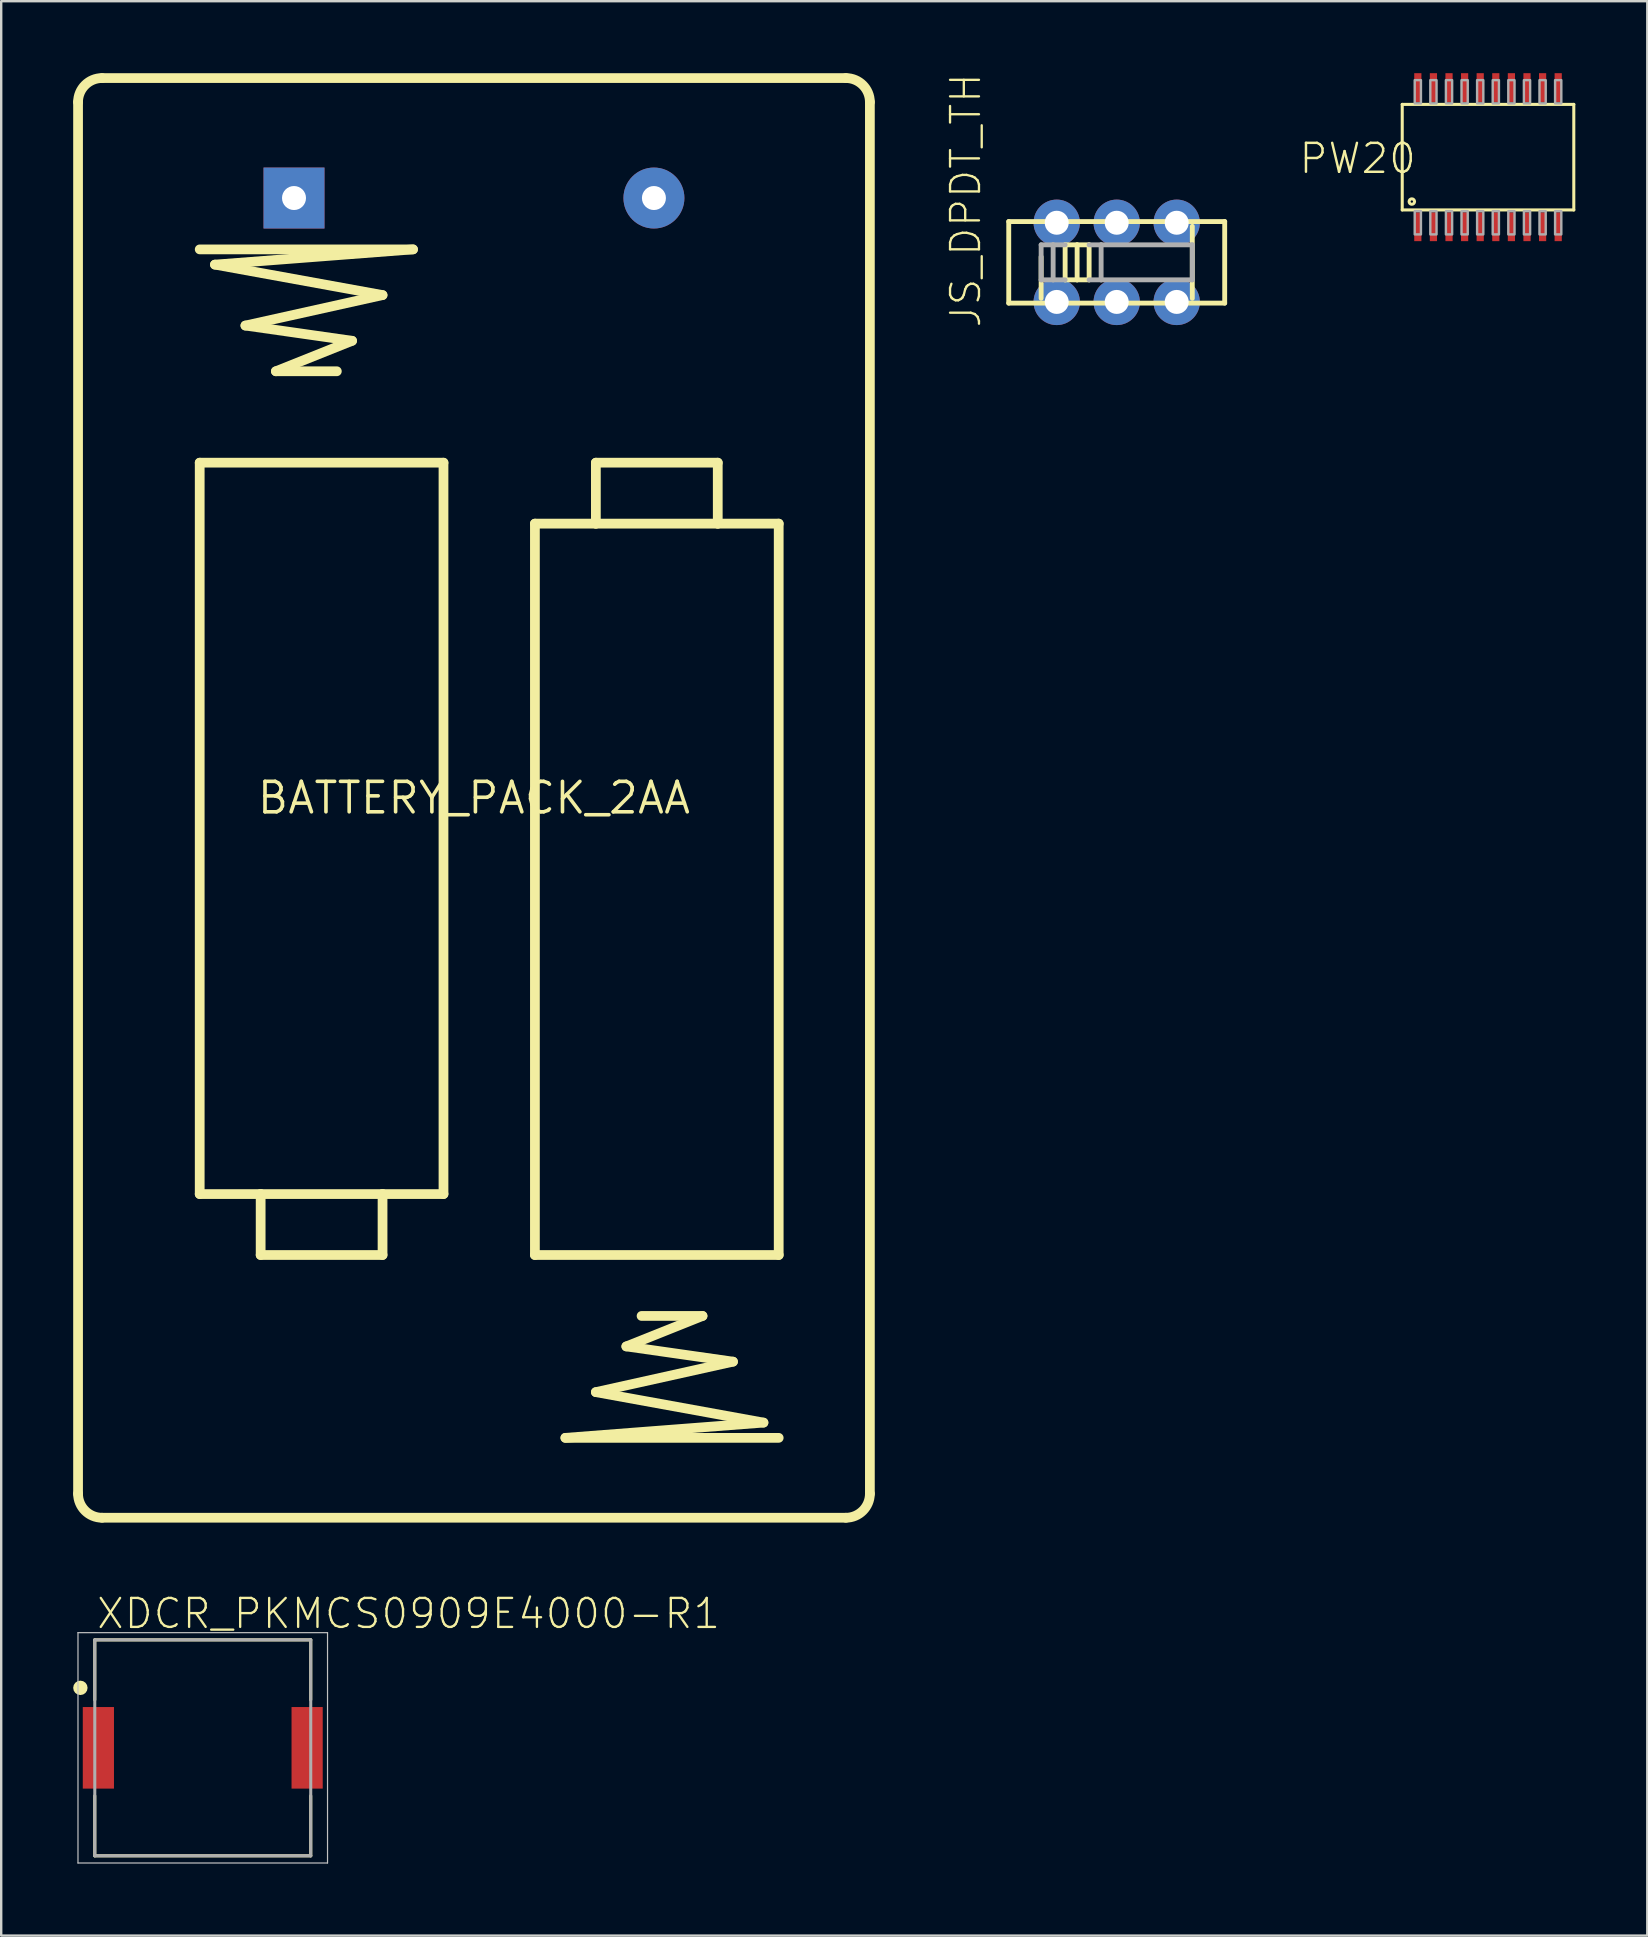
<source format=kicad_pcb>
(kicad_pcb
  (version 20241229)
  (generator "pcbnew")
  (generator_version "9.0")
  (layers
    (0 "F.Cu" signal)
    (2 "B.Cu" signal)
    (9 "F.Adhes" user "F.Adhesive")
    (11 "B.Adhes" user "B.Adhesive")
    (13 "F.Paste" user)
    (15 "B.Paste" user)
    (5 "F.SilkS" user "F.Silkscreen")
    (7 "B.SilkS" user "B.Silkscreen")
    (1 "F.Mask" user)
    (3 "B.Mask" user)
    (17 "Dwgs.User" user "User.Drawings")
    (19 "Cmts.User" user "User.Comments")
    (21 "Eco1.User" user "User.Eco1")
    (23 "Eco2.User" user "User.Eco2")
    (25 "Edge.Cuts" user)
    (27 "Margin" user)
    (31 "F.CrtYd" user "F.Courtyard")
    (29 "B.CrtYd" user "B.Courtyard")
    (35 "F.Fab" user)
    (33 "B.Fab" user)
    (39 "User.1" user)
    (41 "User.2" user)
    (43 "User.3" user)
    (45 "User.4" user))
  (footprint "JS_DPDT_TH"
    (layer "F.Cu")
    (at 43.49 7.883)
    (property "Reference" "JS_DPDT_TH" (at -5.588 2.794 270) (layer "F.SilkS") (effects (font (size 1.206 1.206) (thickness 0.097)) (justify left bottom)))
    (attr through_hole)
    (fp_line (start -4.5 -1.7) (end 4.5 -1.7) (stroke (width 0.203) (type solid)) (layer "F.SilkS"))
    (fp_line (start -4.5 1.7) (end -4.5 -1.7) (stroke (width 0.203) (type solid)) (layer "F.SilkS"))
    (fp_line (start -3.15 1.5) (end -3.15 -0.23) (stroke (width 0.203) (type solid)) (layer "F.SilkS"))
    (fp_line (start -2.15 -0.73) (end -1.65 -0.73) (stroke (width 0.203) (type solid)) (layer "F.SilkS"))
    (fp_line (start -2.15 0.73) (end -2.15 -0.73) (stroke (width 0.203) (type solid)) (layer "F.SilkS"))
    (fp_line (start -1.65 -0.73) (end -1.15 -0.73) (stroke (width 0.203) (type solid)) (layer "F.SilkS"))
    (fp_line (start -1.65 0.73) (end -2.15 0.73) (stroke (width 0.203) (type solid)) (layer "F.SilkS"))
    (fp_line (start -1.65 0.73) (end -1.65 -0.73) (stroke (width 0.203) (type solid)) (layer "F.SilkS"))
    (fp_line (start -1.15 0.73) (end -1.65 0.73) (stroke (width 0.203) (type solid)) (layer "F.SilkS"))
    (fp_line (start -1.15 0.73) (end -1.15 -0.73) (stroke (width 0.203) (type solid)) (layer "F.SilkS"))
    (fp_line (start 3.15 -1.5) (end 3.15 1.5) (stroke (width 0.203) (type solid)) (layer "F.SilkS"))
    (fp_line (start 4.5 -1.7) (end 4.5 1.7) (stroke (width 0.203) (type solid)) (layer "F.SilkS"))
    (fp_line (start 4.5 1.7) (end -4.5 1.7) (stroke (width 0.203) (type solid)) (layer "F.SilkS"))
    (fp_line (start -3.15 -0.73) (end -2.65 -0.73) (stroke (width 0.203) (type solid)) (layer "F.Fab"))
    (fp_line (start -3.15 0.73) (end -3.15 -0.73) (stroke (width 0.203) (type solid)) (layer "F.Fab"))
    (fp_line (start -2.65 -0.73) (end -2.15 -0.73) (stroke (width 0.203) (type solid)) (layer "F.Fab"))
    (fp_line (start -2.65 0.73) (end -3.15 0.73) (stroke (width 0.203) (type solid)) (layer "F.Fab"))
    (fp_line (start -2.65 0.73) (end -2.65 -0.73) (stroke (width 0.203) (type solid)) (layer "F.Fab"))
    (fp_line (start -2.15 0.73) (end -2.65 0.73) (stroke (width 0.203) (type solid)) (layer "F.Fab"))
    (fp_line (start -1.15 -0.73) (end -0.65 -0.73) (stroke (width 0.203) (type solid)) (layer "F.Fab"))
    (fp_line (start -0.65 -0.73) (end 3.15 -0.73) (stroke (width 0.203) (type solid)) (layer "F.Fab"))
    (fp_line (start -0.65 0.73) (end -1.15 0.73) (stroke (width 0.203) (type solid)) (layer "F.Fab"))
    (fp_line (start -0.65 0.73) (end -0.65 -0.73) (stroke (width 0.203) (type solid)) (layer "F.Fab"))
    (fp_line (start 3.15 -0.73) (end 3.15 0.73) (stroke (width 0.203) (type solid)) (layer "F.Fab"))
    (fp_line (start 3.15 0.73) (end -0.65 0.73) (stroke (width 0.203) (type solid)) (layer "F.Fab"))
    (pad "1" thru_hole circle (at -2.5 1.65) (size 1.93 1.93) (drill 1) (layers "*.Cu" "*.Mask"))
    (pad "2" thru_hole circle (at 0 1.65) (size 1.93 1.93) (drill 1) (layers "*.Cu" "*.Mask"))
    (pad "3" thru_hole circle (at 2.5 1.65) (size 1.93 1.93) (drill 1) (layers "*.Cu" "*.Mask"))
    (pad "4" thru_hole circle (at -2.5 -1.65) (size 1.93 1.93) (drill 1) (layers "*.Cu" "*.Mask"))
    (pad "5" thru_hole circle (at 0 -1.65) (size 1.93 1.93) (drill 1) (layers "*.Cu" "*.Mask"))
    (pad "6" thru_hole circle (at 2.5 -1.65) (size 1.93 1.93) (drill 1) (layers "*.Cu" "*.Mask")))
  (footprint "PW20"
    (layer "F.Cu")
    (at 58.964 3.5)
    (property "Reference" "PW20" (at -2.925 -0.65 0) (layer "F.SilkS") (effects (font (size 1.206 1.206) (thickness 0.102)) (justify right top)))
    (attr through_hole)
    (fp_line (start -3.575 -2.2) (end 3.575 -2.2) (stroke (width 0.127) (type solid)) (layer "F.SilkS"))
    (fp_line (start -3.575 2.2) (end -3.575 -2.2) (stroke (width 0.127) (type solid)) (layer "F.SilkS"))
    (fp_line (start 3.575 -2.2) (end 3.575 2.2) (stroke (width 0.127) (type solid)) (layer "F.SilkS"))
    (fp_line (start 3.575 2.2) (end -3.575 2.2) (stroke (width 0.127) (type solid)) (layer "F.SilkS"))
    (fp_circle (center -3.175 1.85) (end -3.125 1.85) (stroke (width 0.127) (type solid)) (fill no) (layer "F.SilkS"))
    (fp_poly (pts (xy -3.055 -2.24) (xy -2.795 -2.24) (xy -2.795 -3.21) (xy -3.055 -3.21)) (stroke (width 0.1) (type solid)) (fill no) (layer "F.Fab"))
    (fp_poly (pts (xy -3.055 3.22) (xy -2.795 3.22) (xy -2.795 2.25) (xy -3.055 2.25)) (stroke (width 0.1) (type solid)) (fill no) (layer "F.Fab"))
    (fp_poly (pts (xy -2.405 -2.24) (xy -2.145 -2.24) (xy -2.145 -3.21) (xy -2.405 -3.21)) (stroke (width 0.1) (type solid)) (fill no) (layer "F.Fab"))
    (fp_poly (pts (xy -2.405 3.22) (xy -2.145 3.22) (xy -2.145 2.25) (xy -2.405 2.25)) (stroke (width 0.1) (type solid)) (fill no) (layer "F.Fab"))
    (fp_poly (pts (xy -1.755 -2.24) (xy -1.495 -2.24) (xy -1.495 -3.21) (xy -1.755 -3.21)) (stroke (width 0.1) (type solid)) (fill no) (layer "F.Fab"))
    (fp_poly (pts (xy -1.755 3.22) (xy -1.495 3.22) (xy -1.495 2.25) (xy -1.755 2.25)) (stroke (width 0.1) (type solid)) (fill no) (layer "F.Fab"))
    (fp_poly (pts (xy -1.105 -2.24) (xy -0.845 -2.24) (xy -0.845 -3.21) (xy -1.105 -3.21)) (stroke (width 0.1) (type solid)) (fill no) (layer "F.Fab"))
    (fp_poly (pts (xy -1.105 3.22) (xy -0.845 3.22) (xy -0.845 2.25) (xy -1.105 2.25)) (stroke (width 0.1) (type solid)) (fill no) (layer "F.Fab"))
    (fp_poly (pts (xy -0.455 -2.24) (xy -0.195 -2.24) (xy -0.195 -3.21) (xy -0.455 -3.21)) (stroke (width 0.1) (type solid)) (fill no) (layer "F.Fab"))
    (fp_poly (pts (xy -0.455 3.22) (xy -0.195 3.22) (xy -0.195 2.25) (xy -0.455 2.25)) (stroke (width 0.1) (type solid)) (fill no) (layer "F.Fab"))
    (fp_poly (pts (xy 0.195 -2.24) (xy 0.455 -2.24) (xy 0.455 -3.21) (xy 0.195 -3.21)) (stroke (width 0.1) (type solid)) (fill no) (layer "F.Fab"))
    (fp_poly (pts (xy 0.195 3.22) (xy 0.455 3.22) (xy 0.455 2.25) (xy 0.195 2.25)) (stroke (width 0.1) (type solid)) (fill no) (layer "F.Fab"))
    (fp_poly (pts (xy 0.845 -2.24) (xy 1.105 -2.24) (xy 1.105 -3.21) (xy 0.845 -3.21)) (stroke (width 0.1) (type solid)) (fill no) (layer "F.Fab"))
    (fp_poly (pts (xy 0.845 3.22) (xy 1.105 3.22) (xy 1.105 2.25) (xy 0.845 2.25)) (stroke (width 0.1) (type solid)) (fill no) (layer "F.Fab"))
    (fp_poly (pts (xy 1.495 -2.24) (xy 1.755 -2.24) (xy 1.755 -3.21) (xy 1.495 -3.21)) (stroke (width 0.1) (type solid)) (fill no) (layer "F.Fab"))
    (fp_poly (pts (xy 1.495 3.22) (xy 1.755 3.22) (xy 1.755 2.25) (xy 1.495 2.25)) (stroke (width 0.1) (type solid)) (fill no) (layer "F.Fab"))
    (fp_poly (pts (xy 2.145 -2.24) (xy 2.405 -2.24) (xy 2.405 -3.21) (xy 2.145 -3.21)) (stroke (width 0.1) (type solid)) (fill no) (layer "F.Fab"))
    (fp_poly (pts (xy 2.145 3.22) (xy 2.405 3.22) (xy 2.405 2.25) (xy 2.145 2.25)) (stroke (width 0.1) (type solid)) (fill no) (layer "F.Fab"))
    (fp_poly (pts (xy 2.795 -2.24) (xy 3.055 -2.24) (xy 3.055 -3.21) (xy 2.795 -3.21)) (stroke (width 0.1) (type solid)) (fill no) (layer "F.Fab"))
    (fp_poly (pts (xy 2.795 3.22) (xy 3.055 3.22) (xy 3.055 2.25) (xy 2.795 2.25)) (stroke (width 0.1) (type solid)) (fill no) (layer "F.Fab"))
    (pad "1" smd rect (at -2.925 2.9) (size 0.3 1.2) (layers "F.Cu" "F.Mask" "F.Paste"))
    (pad "2" smd rect (at -2.275 2.9) (size 0.3 1.2) (layers "F.Cu" "F.Mask" "F.Paste"))
    (pad "3" smd rect (at -1.625 2.9) (size 0.3 1.2) (layers "F.Cu" "F.Mask" "F.Paste"))
    (pad "4" smd rect (at -0.975 2.9) (size 0.3 1.2) (layers "F.Cu" "F.Mask" "F.Paste"))
    (pad "5" smd rect (at -0.325 2.9) (size 0.3 1.2) (layers "F.Cu" "F.Mask" "F.Paste"))
    (pad "6" smd rect (at 0.325 2.9) (size 0.3 1.2) (layers "F.Cu" "F.Mask" "F.Paste"))
    (pad "7" smd rect (at 0.975 2.9) (size 0.3 1.2) (layers "F.Cu" "F.Mask" "F.Paste"))
    (pad "8" smd rect (at 1.625 2.9) (size 0.3 1.2) (layers "F.Cu" "F.Mask" "F.Paste"))
    (pad "9" smd rect (at 2.275 2.9) (size 0.3 1.2) (layers "F.Cu" "F.Mask" "F.Paste"))
    (pad "10" smd rect (at 2.925 2.9) (size 0.3 1.2) (layers "F.Cu" "F.Mask" "F.Paste"))
    (pad "11" smd rect (at 2.925 -2.9) (size 0.3 1.2) (layers "F.Cu" "F.Mask" "F.Paste"))
    (pad "12" smd rect (at 2.275 -2.9) (size 0.3 1.2) (layers "F.Cu" "F.Mask" "F.Paste"))
    (pad "13" smd rect (at 1.625 -2.9) (size 0.3 1.2) (layers "F.Cu" "F.Mask" "F.Paste"))
    (pad "14" smd rect (at 0.975 -2.9) (size 0.3 1.2) (layers "F.Cu" "F.Mask" "F.Paste"))
    (pad "15" smd rect (at 0.325 -2.9) (size 0.3 1.2) (layers "F.Cu" "F.Mask" "F.Paste"))
    (pad "16" smd rect (at -0.325 -2.9) (size 0.3 1.2) (layers "F.Cu" "F.Mask" "F.Paste"))
    (pad "17" smd rect (at -0.975 -2.9) (size 0.3 1.2) (layers "F.Cu" "F.Mask" "F.Paste"))
    (pad "18" smd rect (at -1.625 -2.9) (size 0.3 1.2) (layers "F.Cu" "F.Mask" "F.Paste"))
    (pad "19" smd rect (at -2.275 -2.9) (size 0.3 1.2) (layers "F.Cu" "F.Mask" "F.Paste"))
    (pad "20" smd rect (at -2.925 -2.9) (size 0.3 1.2) (layers "F.Cu" "F.Mask" "F.Paste")))
  (footprint "BATTERY_PACK_2AA"
    (layer "F.Cu")
    (at 16.703 30.203)
    (property "Reference" "BATTERY_PACK_2AA" (at 0 0 0) (layer "F.SilkS") (effects (font (size 1.27 1.27) (thickness 0.15))))
    (attr through_hole)
    (fp_line (start -16.5 -29) (end -16.5 29) (stroke (width 0.406) (type solid)) (layer "F.SilkS"))
    (fp_line (start -15.5 30) (end 15.5 30) (stroke (width 0.406) (type solid)) (layer "F.SilkS"))
    (fp_line (start -11.43 -22.86) (end -2.54 -22.86) (stroke (width 0.406) (type solid)) (layer "F.SilkS"))
    (fp_line (start -11.43 -13.97) (end -1.27 -13.97) (stroke (width 0.406) (type solid)) (layer "F.SilkS"))
    (fp_line (start -11.43 16.51) (end -11.43 -13.97) (stroke (width 0.406) (type solid)) (layer "F.SilkS"))
    (fp_line (start -10.795 -22.225) (end -3.81 -20.955) (stroke (width 0.406) (type solid)) (layer "F.SilkS"))
    (fp_line (start -9.525 -19.685) (end -5.08 -19.05) (stroke (width 0.406) (type solid)) (layer "F.SilkS"))
    (fp_line (start -8.89 16.51) (end -11.43 16.51) (stroke (width 0.406) (type solid)) (layer "F.SilkS"))
    (fp_line (start -8.89 16.51) (end -8.89 19.05) (stroke (width 0.406) (type solid)) (layer "F.SilkS"))
    (fp_line (start -8.89 19.05) (end -3.81 19.05) (stroke (width 0.406) (type solid)) (layer "F.SilkS"))
    (fp_line (start -8.255 -17.78) (end -5.715 -17.78) (stroke (width 0.406) (type solid)) (layer "F.SilkS"))
    (fp_line (start -5.08 -19.05) (end -8.255 -17.78) (stroke (width 0.406) (type solid)) (layer "F.SilkS"))
    (fp_line (start -3.81 -20.955) (end -9.525 -19.685) (stroke (width 0.406) (type solid)) (layer "F.SilkS"))
    (fp_line (start -3.81 16.51) (end -8.89 16.51) (stroke (width 0.406) (type solid)) (layer "F.SilkS"))
    (fp_line (start -3.81 19.05) (end -3.81 16.51) (stroke (width 0.406) (type solid)) (layer "F.SilkS"))
    (fp_line (start -2.54 -22.86) (end -10.795 -22.225) (stroke (width 0.406) (type solid)) (layer "F.SilkS"))
    (fp_line (start -1.27 -13.97) (end -1.27 16.51) (stroke (width 0.406) (type solid)) (layer "F.SilkS"))
    (fp_line (start -1.27 16.51) (end -3.81 16.51) (stroke (width 0.406) (type solid)) (layer "F.SilkS"))
    (fp_line (start 2.54 -11.43) (end 5.08 -11.43) (stroke (width 0.406) (type solid)) (layer "F.SilkS"))
    (fp_line (start 2.54 19.05) (end 2.54 -11.43) (stroke (width 0.406) (type solid)) (layer "F.SilkS"))
    (fp_line (start 3.81 26.67) (end 12.065 26.035) (stroke (width 0.406) (type solid)) (layer "F.SilkS"))
    (fp_line (start 5.08 -13.97) (end 5.08 -11.43) (stroke (width 0.406) (type solid)) (layer "F.SilkS"))
    (fp_line (start 5.08 -11.43) (end 10.16 -11.43) (stroke (width 0.406) (type solid)) (layer "F.SilkS"))
    (fp_line (start 5.08 24.765) (end 10.795 23.495) (stroke (width 0.406) (type solid)) (layer "F.SilkS"))
    (fp_line (start 6.35 22.86) (end 9.525 21.59) (stroke (width 0.406) (type solid)) (layer "F.SilkS"))
    (fp_line (start 9.525 21.59) (end 6.985 21.59) (stroke (width 0.406) (type solid)) (layer "F.SilkS"))
    (fp_line (start 10.16 -13.97) (end 5.08 -13.97) (stroke (width 0.406) (type solid)) (layer "F.SilkS"))
    (fp_line (start 10.16 -11.43) (end 10.16 -13.97) (stroke (width 0.406) (type solid)) (layer "F.SilkS"))
    (fp_line (start 10.16 -11.43) (end 12.7 -11.43) (stroke (width 0.406) (type solid)) (layer "F.SilkS"))
    (fp_line (start 10.795 23.495) (end 6.35 22.86) (stroke (width 0.406) (type solid)) (layer "F.SilkS"))
    (fp_line (start 12.065 26.035) (end 5.08 24.765) (stroke (width 0.406) (type solid)) (layer "F.SilkS"))
    (fp_line (start 12.7 -11.43) (end 12.7 19.05) (stroke (width 0.406) (type solid)) (layer "F.SilkS"))
    (fp_line (start 12.7 19.05) (end 2.54 19.05) (stroke (width 0.406) (type solid)) (layer "F.SilkS"))
    (fp_line (start 12.7 26.67) (end 3.81 26.67) (stroke (width 0.406) (type solid)) (layer "F.SilkS"))
    (fp_line (start 15.5 -30) (end -15.5 -30) (stroke (width 0.406) (type solid)) (layer "F.SilkS"))
    (fp_line (start 16.5 29) (end 16.5 -29) (stroke (width 0.406) (type solid)) (layer "F.SilkS"))
    (fp_arc (start -16.5 -29) (mid -16.207107 -29.707107) (end -15.5 -30) (stroke (width 0.4064) (type solid)) (layer "F.SilkS"))
    (fp_arc (start -15.5 30) (mid -16.207107 29.707107) (end -16.5 29) (stroke (width 0.4064) (type solid)) (layer "F.SilkS"))
    (fp_arc (start 15.5 -30) (mid 16.207107 -29.707107) (end 16.5 -29) (stroke (width 0.4064) (type solid)) (layer "F.SilkS"))
    (fp_arc (start 16.5 29) (mid 16.207107 29.707107) (end 15.5 30) (stroke (width 0.4064) (type solid)) (layer "F.SilkS"))
    (pad "3V" thru_hole circle (at 7.5 -25) (size 2.54 2.54) (drill 1) (layers "*.Cu" "*.Mask"))
    (pad "GND" thru_hole rect (at -7.5 -25) (size 2.54 2.54) (drill 1) (layers "*.Cu" "*.Mask")))
  (footprint "XDCR_PKMCS0909E4000-R1"
    (layer "F.Cu")
    (at 5.4 69.792)
    (property "Reference" "XDCR_PKMCS0909E4000-R1" (at -4.487 -4.887 180) (layer "F.SilkS") (effects (font (size 1.208 1.208) (thickness 0.097)) (justify left bottom)))
    (attr through_hole)
    (fp_line (start -4.5 -4.5) (end 4.5 -4.5) (stroke (width 0.127) (type solid)) (layer "F.SilkS"))
    (fp_line (start -4.5 -2) (end -4.5 -4.5) (stroke (width 0.127) (type solid)) (layer "F.SilkS"))
    (fp_line (start -4.5 4.5) (end -4.5 2) (stroke (width 0.127) (type solid)) (layer "F.SilkS"))
    (fp_line (start 4.5 -4.5) (end 4.5 -2) (stroke (width 0.127) (type solid)) (layer "F.SilkS"))
    (fp_line (start 4.5 2) (end 4.5 4.5) (stroke (width 0.127) (type solid)) (layer "F.SilkS"))
    (fp_line (start 4.5 4.5) (end -4.5 4.5) (stroke (width 0.127) (type solid)) (layer "F.SilkS"))
    (fp_circle (center -5.1 -2.5) (end -4.95 -2.5) (stroke (width 0.3) (type solid)) (fill no) (layer "F.SilkS"))
    (fp_line (start -5.2 -4.8) (end -5.2 4.8) (stroke (width 0.05) (type solid)) (layer "Dwgs.User"))
    (fp_line (start -5.2 4.8) (end 5.2 4.8) (stroke (width 0.05) (type solid)) (layer "Dwgs.User"))
    (fp_line (start 5.2 -4.8) (end -5.2 -4.8) (stroke (width 0.05) (type solid)) (layer "Dwgs.User"))
    (fp_line (start 5.2 4.8) (end 5.2 -4.8) (stroke (width 0.05) (type solid)) (layer "Dwgs.User"))
    (fp_line (start -4.5 -4.5) (end -4.5 4.5) (stroke (width 0.127) (type solid)) (layer "F.Fab"))
    (fp_line (start -4.5 4.5) (end 4.5 4.5) (stroke (width 0.127) (type solid)) (layer "F.Fab"))
    (fp_line (start 4.5 -4.5) (end -4.5 -4.5) (stroke (width 0.127) (type solid)) (layer "F.Fab"))
    (fp_line (start 4.5 4.5) (end 4.5 -4.5) (stroke (width 0.127) (type solid)) (layer "F.Fab"))
    (pad "1" smd rect (at -4.35 0) (size 1.3 3.4) (layers "F.Cu" "F.Mask" "F.Paste"))
    (pad "2" smd rect (at 4.35 0) (size 1.3 3.4) (layers "F.Cu" "F.Mask" "F.Paste")))
  (gr_rect
    (start -3 -3)
    (end 65.602 77.617)
    (stroke (width 0.1) (type default))
    (fill no)
    (layer "Edge.Cuts")))
</source>
